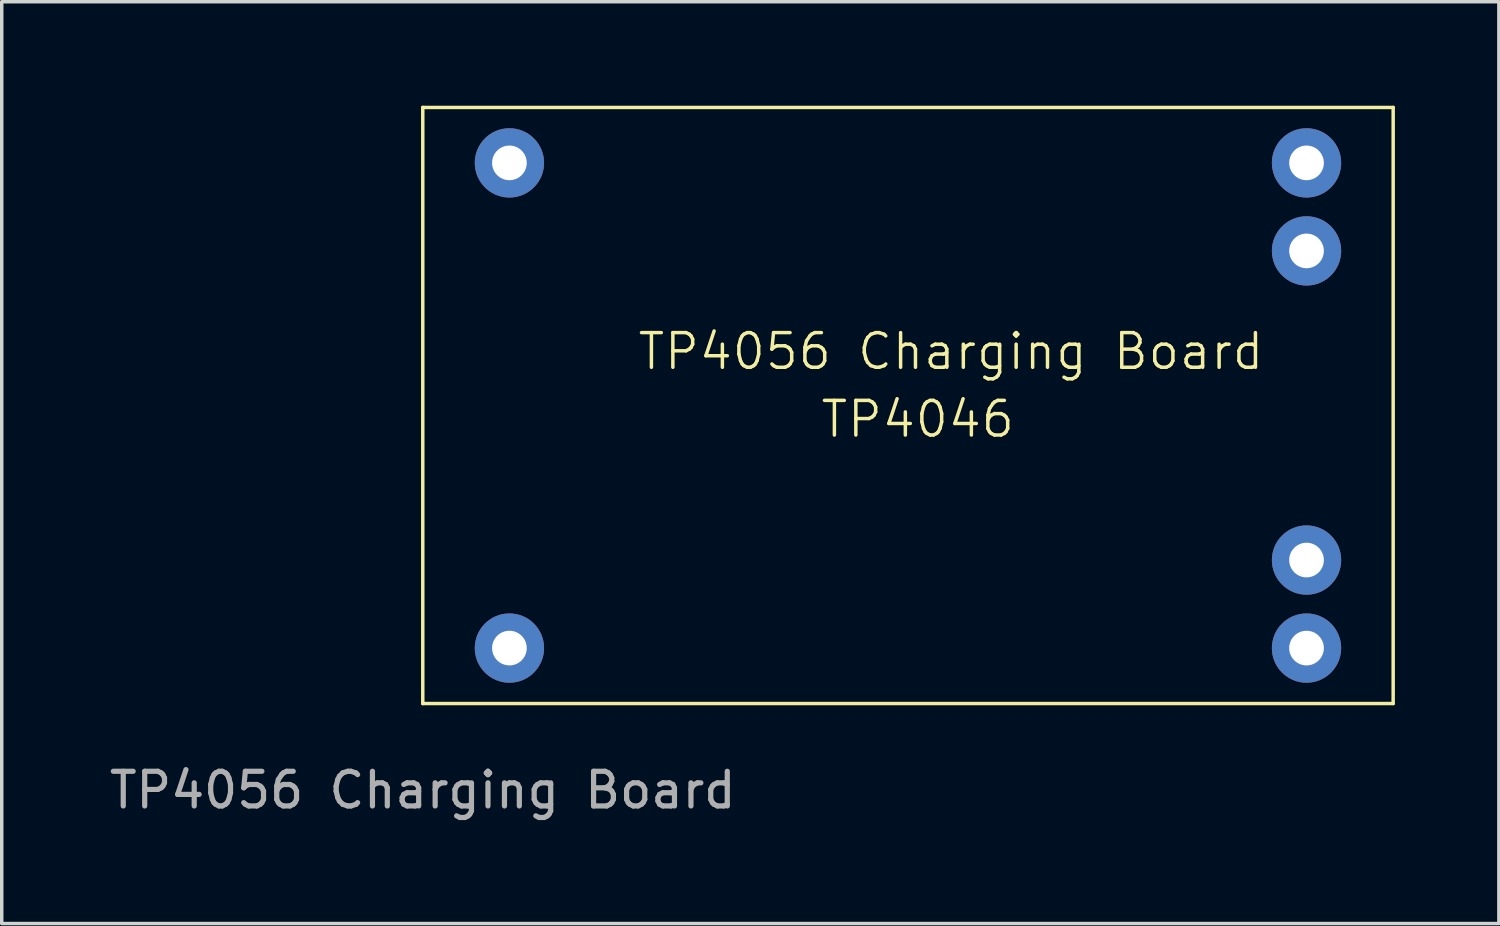
<source format=kicad_pcb>
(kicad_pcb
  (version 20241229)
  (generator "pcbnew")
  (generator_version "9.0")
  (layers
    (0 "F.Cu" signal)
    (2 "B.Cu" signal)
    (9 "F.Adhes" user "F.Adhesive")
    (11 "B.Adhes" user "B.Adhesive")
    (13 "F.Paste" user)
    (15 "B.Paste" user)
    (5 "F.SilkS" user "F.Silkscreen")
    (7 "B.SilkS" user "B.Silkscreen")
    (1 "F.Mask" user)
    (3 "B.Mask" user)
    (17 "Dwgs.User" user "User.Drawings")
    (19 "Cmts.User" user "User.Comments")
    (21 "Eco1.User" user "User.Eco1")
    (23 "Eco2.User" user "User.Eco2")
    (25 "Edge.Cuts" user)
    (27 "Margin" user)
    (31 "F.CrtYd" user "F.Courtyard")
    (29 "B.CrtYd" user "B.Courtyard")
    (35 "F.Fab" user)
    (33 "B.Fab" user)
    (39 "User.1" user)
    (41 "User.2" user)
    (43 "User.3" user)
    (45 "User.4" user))
  (footprint "TP4056 Charging Board"
    (layer "F.Cu")
    (at 9.149 17.25)
    (property "Reference" "TP4056 Charging Board" (at 15.24 -10.16 0) (unlocked yes) (layer "F.SilkS") (effects (font (size 1 1) (thickness 0.1))))
    (attr through_hole)
    (fp_line (start 0 -17.2) (end 28 -17.2) (stroke (width 0.1) (type default)) (layer "F.SilkS"))
    (fp_line (start 0 0) (end 0 -17.2) (stroke (width 0.1) (type default)) (layer "F.SilkS"))
    (fp_line (start 0 0) (end 28 0) (stroke (width 0.1) (type default)) (layer "F.SilkS"))
    (fp_line (start 28 0) (end 28 -17.2) (stroke (width 0.1) (type default)) (layer "F.SilkS"))
    (fp_text user "TP4046" (at 11.43 -7.62 0) (unlocked yes) (layer "F.SilkS") (effects (font (size 1 1) (thickness 0.1)) (justify left bottom)))
    (fp_text user "${REFERENCE}" (at 0 2.5 0) (unlocked yes) (layer "F.Fab") (effects (font (size 1 1) (thickness 0.15))))
    (pad "1" thru_hole circle (at 2.5 -15.6) (size 2 2) (drill 1) (layers "*.Cu" "*.Mask"))
    (pad "2" thru_hole circle (at 2.5 -1.6) (size 2 2) (drill 1) (layers "*.Cu" "*.Mask"))
    (pad "3" thru_hole circle (at 25.5 -15.6) (size 2 2) (drill 1) (layers "*.Cu" "*.Mask"))
    (pad "4" thru_hole circle (at 25.5 -1.6) (size 2 2) (drill 1) (layers "*.Cu" "*.Mask"))
    (pad "5" thru_hole circle (at 25.5 -13.06) (size 2 2) (drill 1) (layers "*.Cu" "*.Mask"))
    (pad "6" thru_hole circle (at 25.5 -4.14) (size 2 2) (drill 1) (layers "*.Cu" "*.Mask")))
  (gr_rect
    (start -3 -3)
    (end 40.199 23.598)
    (stroke (width 0.1) (type default))
    (fill no)
    (layer "Edge.Cuts")))
</source>
